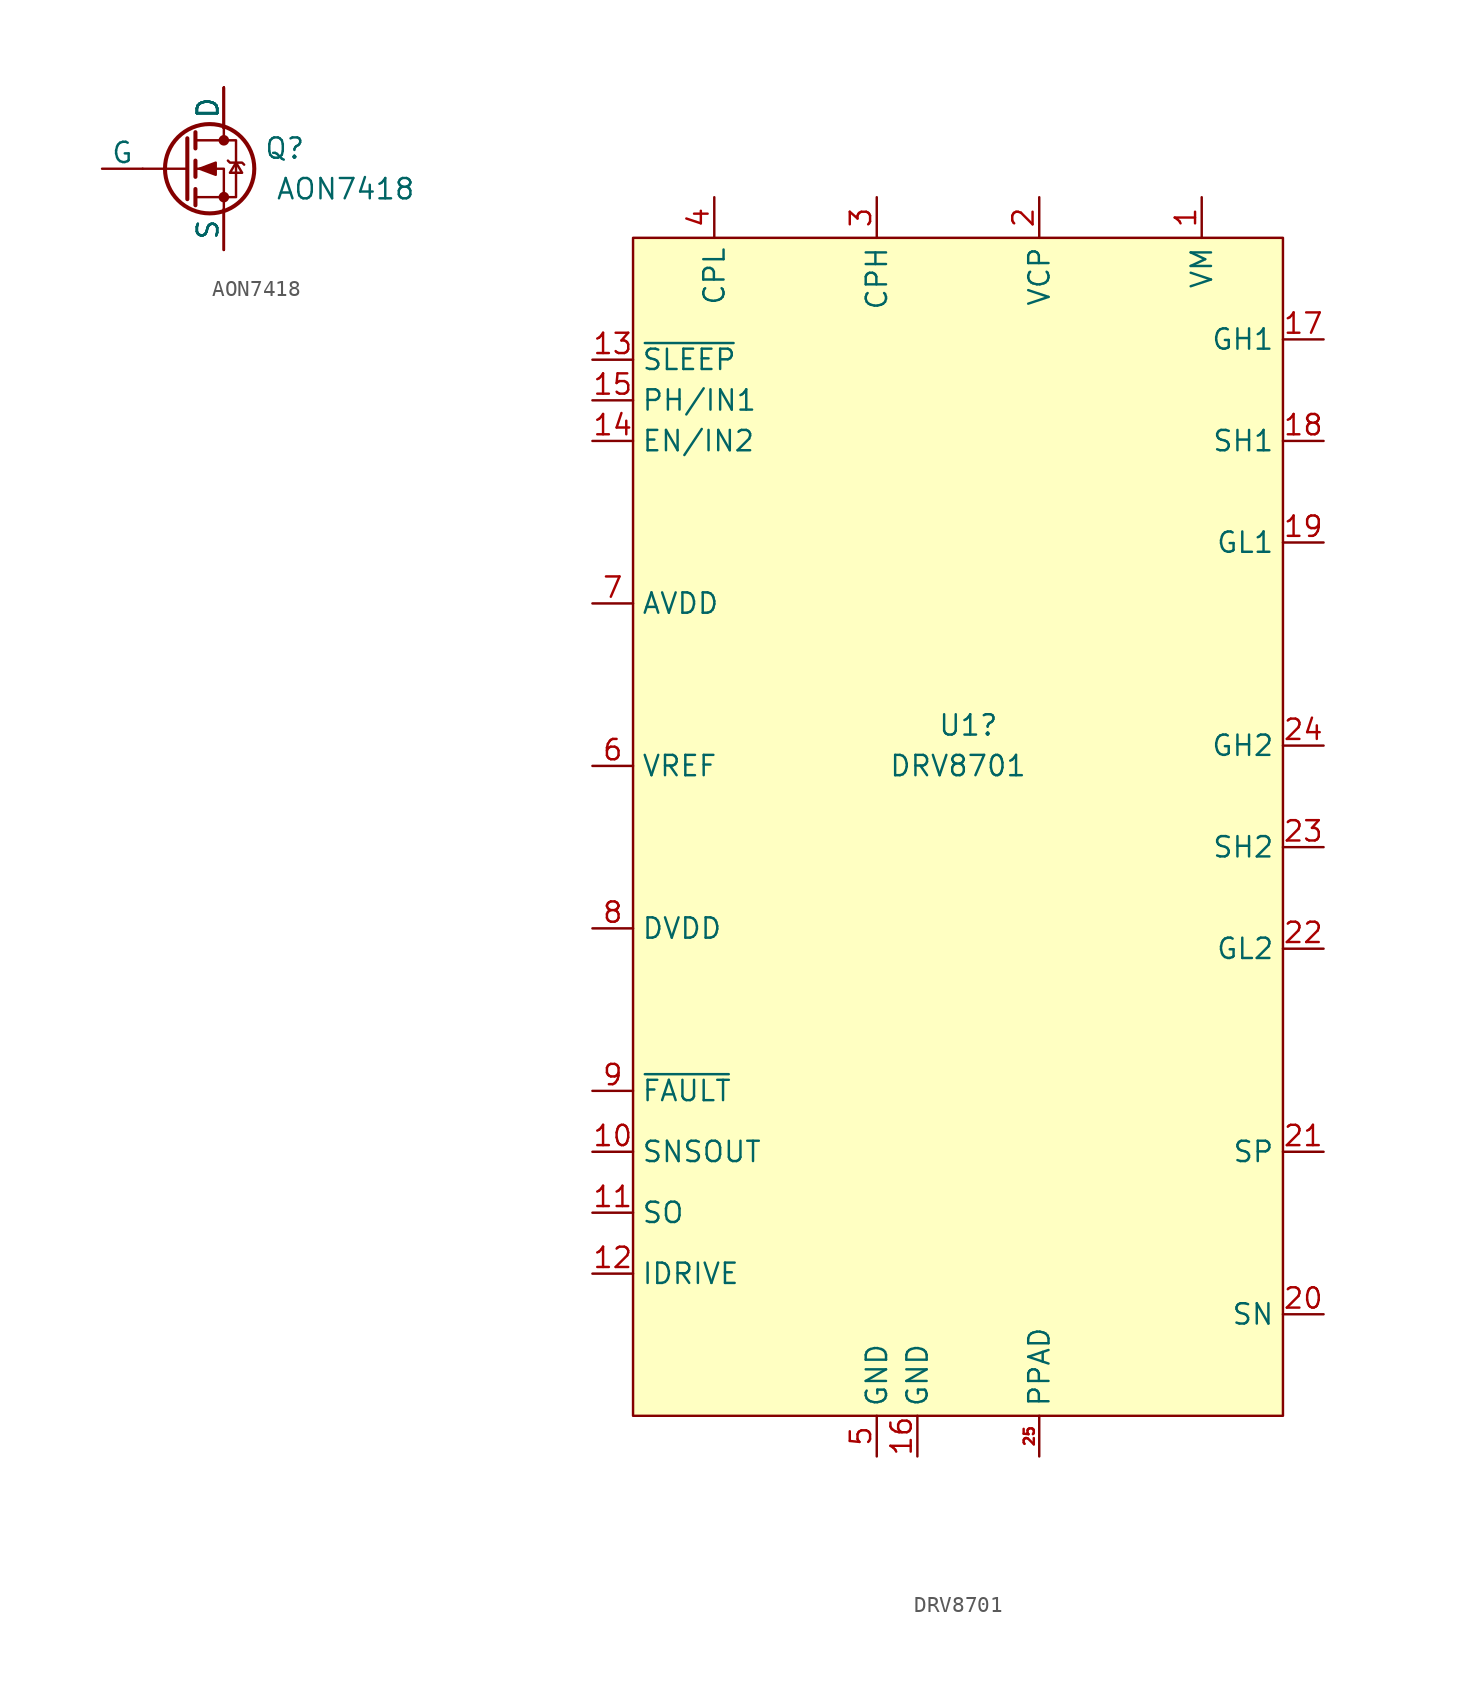
<source format=kicad_sym>
(kicad_symbol_lib
  (version 20220914)
  (generator kicad_symbol_editor)
  (symbol "AON7418"
    (pin_numbers hide)
    (pin_names
      (offset 0))
    (property "Reference" "Q"
      (at 3.81 1.27 0)
      (effects (font (size 1.27 1.27))))
    (property "Value" "AON7418"
      (at 7.62 -1.27 0)
      (effects (font (size 1.27 1.27))))
    (symbol "AON7418_0_1"
      (circle (center -0.889 0) (radius 2.794) (stroke (width 0.254) (type default)) (fill (type none)))
      (circle (center 0 -1.778) (radius 0.254) (stroke (width 0) (type default)) (fill (type outline)))
      (polyline (pts (xy -2.286 0) (xy -5.08 0)) (stroke (width 0) (type default)) (fill (type none)))
      (polyline (pts (xy -2.286 1.905) (xy -2.286 -1.905)) (stroke (width 0.254) (type default)) (fill (type none)))
      (polyline (pts (xy -1.778 -1.27) (xy -1.778 -2.286)) (stroke (width 0.254) (type default)) (fill (type none)))
      (polyline (pts (xy -1.778 0.508) (xy -1.778 -0.508)) (stroke (width 0.254) (type default)) (fill (type none)))
      (polyline (pts (xy -1.778 2.286) (xy -1.778 1.27)) (stroke (width 0.254) (type default)) (fill (type none)))
      (polyline (pts (xy 0 2.54) (xy 0 1.778)) (stroke (width 0) (type default)) (fill (type none)))
      (polyline (pts (xy 0 -2.54) (xy 0 0) (xy -1.778 0)) (stroke (width 0) (type default)) (fill (type none)))
      (polyline (pts (xy -1.778 -1.778) (xy 0.762 -1.778) (xy 0.762 1.778) (xy -1.778 1.778)) (stroke (width 0) (type default)) (fill (type none)))
      (polyline (pts (xy -1.524 0) (xy -0.508 0.381) (xy -0.508 -0.381) (xy -1.524 0)) (stroke (width 0) (type default)) (fill (type outline)))
      (polyline (pts (xy 0.254 0.508) (xy 0.381 0.381) (xy 1.143 0.381) (xy 1.27 0.254)) (stroke (width 0) (type default)) (fill (type none)))
      (polyline (pts (xy 0.762 0.381) (xy 0.381 -0.254) (xy 1.143 -0.254) (xy 0.762 0.381)) (stroke (width 0) (type default)) (fill (type none)))
      (circle (center 0 1.778) (radius 0.254) (stroke (width 0) (type default)) (fill (type outline))))
    (symbol "AON7418_1_1"
      (pin passive line (at 0 -5.08 90) (length 2.54) (name "S" (effects (font (size 1.27 1.27)))) (number "1" (effects (font (size 1.27 1.27)))))
      (pin passive line (at 0 -5.08 90) (length 2.54) (name "S" (effects (font (size 1.27 1.27)))) (number "2" (effects (font (size 1.27 1.27)))))
      (pin passive line (at 0 -5.08 90) (length 2.54) (name "S" (effects (font (size 1.27 1.27)))) (number "3" (effects (font (size 1.27 1.27)))))
      (pin input line (at -7.62 0 0) (length 2.54) (name "G" (effects (font (size 1.27 1.27)))) (number "4" (effects (font (size 1.27 1.27)))))
      (pin passive line (at 0 5.08 270) (length 2.54) (name "D" (effects (font (size 1.27 1.27)))) (number "5" (effects (font (size 1.27 1.27)))))
      (pin passive line (at 0 5.08 270) (length 2.54) (name "D" (effects (font (size 1.27 1.27)))) (number "6" (effects (font (size 1.27 1.27)))))
      (pin passive line (at 0 5.08 270) (length 2.54) (name "D" (effects (font (size 1.27 1.27)))) (number "7" (effects (font (size 1.27 1.27)))))
      (pin passive line (at 0 5.08 270) (length 2.54) (name "D" (effects (font (size 1.27 1.27)))) (number "8" (effects (font (size 1.27 1.27)))))
      (pin passive line (at 0 5.08 270) (length 2.54) (name "D" (effects (font (size 1.27 1.27)))) (number "9" (effects (font (size 1.27 1.27)))))))
  (symbol "DRV8701"
    (property "Reference" "U1"
      (at 19.05 -30.48 0)
      (effects (font (size 1.27 1.27)) (justify left)))
    (property "Value" "DRV8701"
      (at 20.32 -33.02 0)
      (effects (font (size 1.27 1.27))))
    (symbol "DRV8701_0_1"
      (rectangle (start 0 0) (end 40.64 -73.66) (stroke (width 0) (type default)) (fill (type background))))
    (symbol "DRV8701_1_1"
      (pin power_in line (at 35.56 2.54 270) (length 2.54) (name "VM" (effects (font (size 1.27 1.27)))) (number "1" (effects (font (size 1.27 1.27)))))
      (pin open_collector line (at -2.54 -57.15 0) (length 2.54) (name "SNSOUT" (effects (font (size 1.27 1.27)))) (number "10" (effects (font (size 1.27 1.27)))))
      (pin output line (at -2.54 -60.96 0) (length 2.54) (name "SO" (effects (font (size 1.27 1.27)))) (number "11" (effects (font (size 1.27 1.27)))))
      (pin input line (at -2.54 -64.77 0) (length 2.54) (name "IDRIVE" (effects (font (size 1.27 1.27)))) (number "12" (effects (font (size 1.27 1.27)))))
      (pin input line (at -2.54 -7.62 0) (length 2.54) (name "~{SLEEP}" (effects (font (size 1.27 1.27)))) (number "13" (effects (font (size 1.27 1.27)))))
      (pin input line (at -2.54 -12.7 0) (length 2.54) (name "EN/IN2" (effects (font (size 1.27 1.27)))) (number "14" (effects (font (size 1.27 1.27)))))
      (pin input line (at -2.54 -10.16 0) (length 2.54) (name "PH/IN1" (effects (font (size 1.27 1.27)))) (number "15" (effects (font (size 1.27 1.27)))))
      (pin power_in line (at 17.78 -76.2 90) (length 2.54) (name "GND" (effects (font (size 1.27 1.27)))) (number "16" (effects (font (size 1.27 1.27)))))
      (pin output line (at 43.18 -6.35 180) (length 2.54) (name "GH1" (effects (font (size 1.27 1.27)))) (number "17" (effects (font (size 1.27 1.27)))))
      (pin input line (at 43.18 -12.7 180) (length 2.54) (name "SH1" (effects (font (size 1.27 1.27)))) (number "18" (effects (font (size 1.27 1.27)))))
      (pin output line (at 43.18 -19.05 180) (length 2.54) (name "GL1" (effects (font (size 1.27 1.27)))) (number "19" (effects (font (size 1.27 1.27)))))
      (pin power_out line (at 25.4 2.54 270) (length 2.54) (name "VCP" (effects (font (size 1.27 1.27)))) (number "2" (effects (font (size 1.27 1.27)))))
      (pin input line (at 43.18 -67.31 180) (length 2.54) (name "SN" (effects (font (size 1.27 1.27)))) (number "20" (effects (font (size 1.27 1.27)))))
      (pin input line (at 43.18 -57.15 180) (length 2.54) (name "SP" (effects (font (size 1.27 1.27)))) (number "21" (effects (font (size 1.27 1.27)))))
      (pin output line (at 43.18 -44.45 180) (length 2.54) (name "GL2" (effects (font (size 1.27 1.27)))) (number "22" (effects (font (size 1.27 1.27)))))
      (pin input line (at 43.18 -38.1 180) (length 2.54) (name "SH2" (effects (font (size 1.27 1.27)))) (number "23" (effects (font (size 1.27 1.27)))))
      (pin output line (at 43.18 -31.75 180) (length 2.54) (name "GH2" (effects (font (size 1.27 1.27)))) (number "24" (effects (font (size 1.27 1.27)))))
      (pin power_in line (at 25.4 -76.2 90) (length 2.54) (name "PPAD" (effects (font (size 1.27 1.27)))) (number "25" (effects (font (size 0.635 0.635)))))
      (pin passive line (at 15.24 2.54 270) (length 2.54) (name "CPH" (effects (font (size 1.27 1.27)))) (number "3" (effects (font (size 1.27 1.27)))))
      (pin passive line (at 5.08 2.54 270) (length 2.54) (name "CPL" (effects (font (size 1.27 1.27)))) (number "4" (effects (font (size 1.27 1.27)))))
      (pin power_in line (at 15.24 -76.2 90) (length 2.54) (name "GND" (effects (font (size 1.27 1.27)))) (number "5" (effects (font (size 1.27 1.27)))))
      (pin input line (at -2.54 -33.02 0) (length 2.54) (name "VREF" (effects (font (size 1.27 1.27)))) (number "6" (effects (font (size 1.27 1.27)))))
      (pin power_out line (at -2.54 -22.86 0) (length 2.54) (name "AVDD" (effects (font (size 1.27 1.27)))) (number "7" (effects (font (size 1.27 1.27)))))
      (pin power_out line (at -2.54 -43.18 0) (length 2.54) (name "DVDD" (effects (font (size 1.27 1.27)))) (number "8" (effects (font (size 1.27 1.27)))))
      (pin open_collector line (at -2.54 -53.34 0) (length 2.54) (name "~{FAULT}" (effects (font (size 1.27 1.27)))) (number "9" (effects (font (size 1.27 1.27))))))))
</source>
